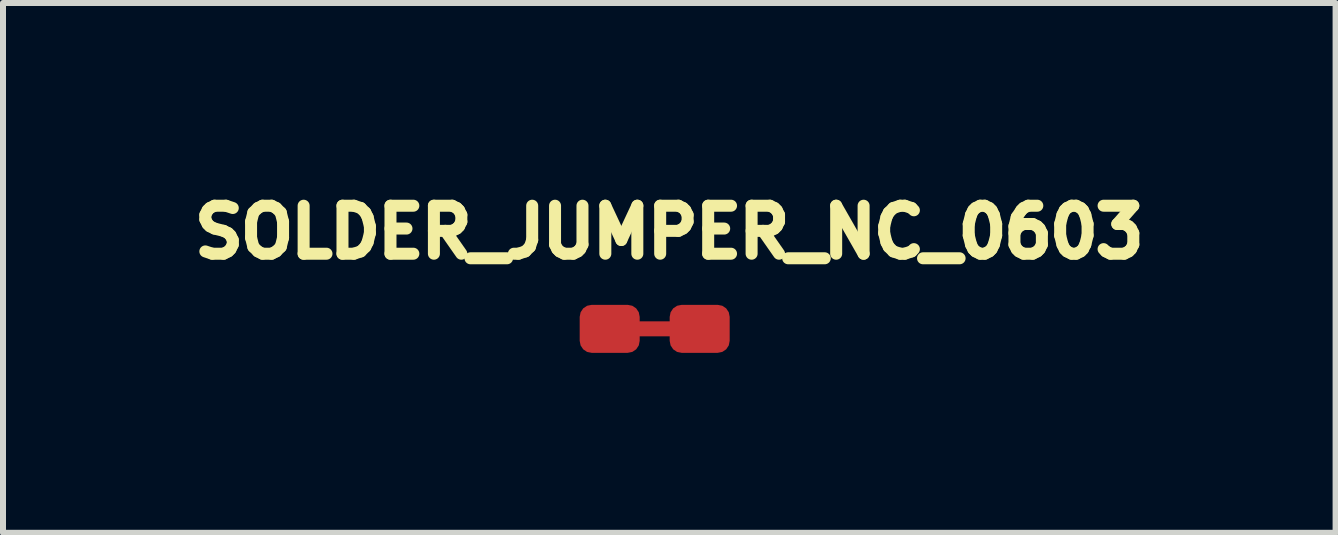
<source format=kicad_pcb>
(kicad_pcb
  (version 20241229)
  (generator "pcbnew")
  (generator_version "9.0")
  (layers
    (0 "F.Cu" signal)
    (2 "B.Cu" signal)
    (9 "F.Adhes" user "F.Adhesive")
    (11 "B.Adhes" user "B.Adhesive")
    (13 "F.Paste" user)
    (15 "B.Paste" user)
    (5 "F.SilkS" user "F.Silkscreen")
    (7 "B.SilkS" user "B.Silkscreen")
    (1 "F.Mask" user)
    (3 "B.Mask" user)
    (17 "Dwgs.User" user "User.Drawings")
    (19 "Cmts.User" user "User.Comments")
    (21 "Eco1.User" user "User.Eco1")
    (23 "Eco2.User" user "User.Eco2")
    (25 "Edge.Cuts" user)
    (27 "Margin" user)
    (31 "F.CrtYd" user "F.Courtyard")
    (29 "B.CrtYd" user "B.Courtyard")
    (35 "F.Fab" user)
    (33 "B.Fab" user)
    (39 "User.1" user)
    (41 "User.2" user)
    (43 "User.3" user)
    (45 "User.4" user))
  (footprint "SOLDER_JUMPER_NC_0603"
    (layer "F.Cu")
    (at 7.862 2.431)
    (property "Reference" "SOLDER_JUMPER_NC_0603" (at 0.244 -1.612 0) (layer "F.SilkS") (effects (font (size 0.8 0.8) (thickness 0.2))))
    (attr exclude_from_pos_files exclude_from_bom)
    (fp_line (start -0.25 0) (end 0.25 0) (stroke (width 0.25) (type solid)) (layer "F.Cu"))
    (fp_line (start -0.75 0) (end 0.75 0) (stroke (width 0.45) (type solid)) (layer "F.Mask"))
    (pad "1" smd roundrect (at -0.75 0) (size 1 0.8) (layers "F.Cu" "F.Mask" "F.Paste") (roundrect_rratio 0.25))
    (pad "2" smd roundrect (at 0.75 0) (size 1 0.8) (layers "F.Cu" "F.Mask" "F.Paste") (roundrect_rratio 0.25)))
  (gr_rect
    (start -3 -3)
    (end 19.211 5.831)
    (stroke (width 0.1) (type default))
    (fill no)
    (layer "Edge.Cuts")))
</source>
